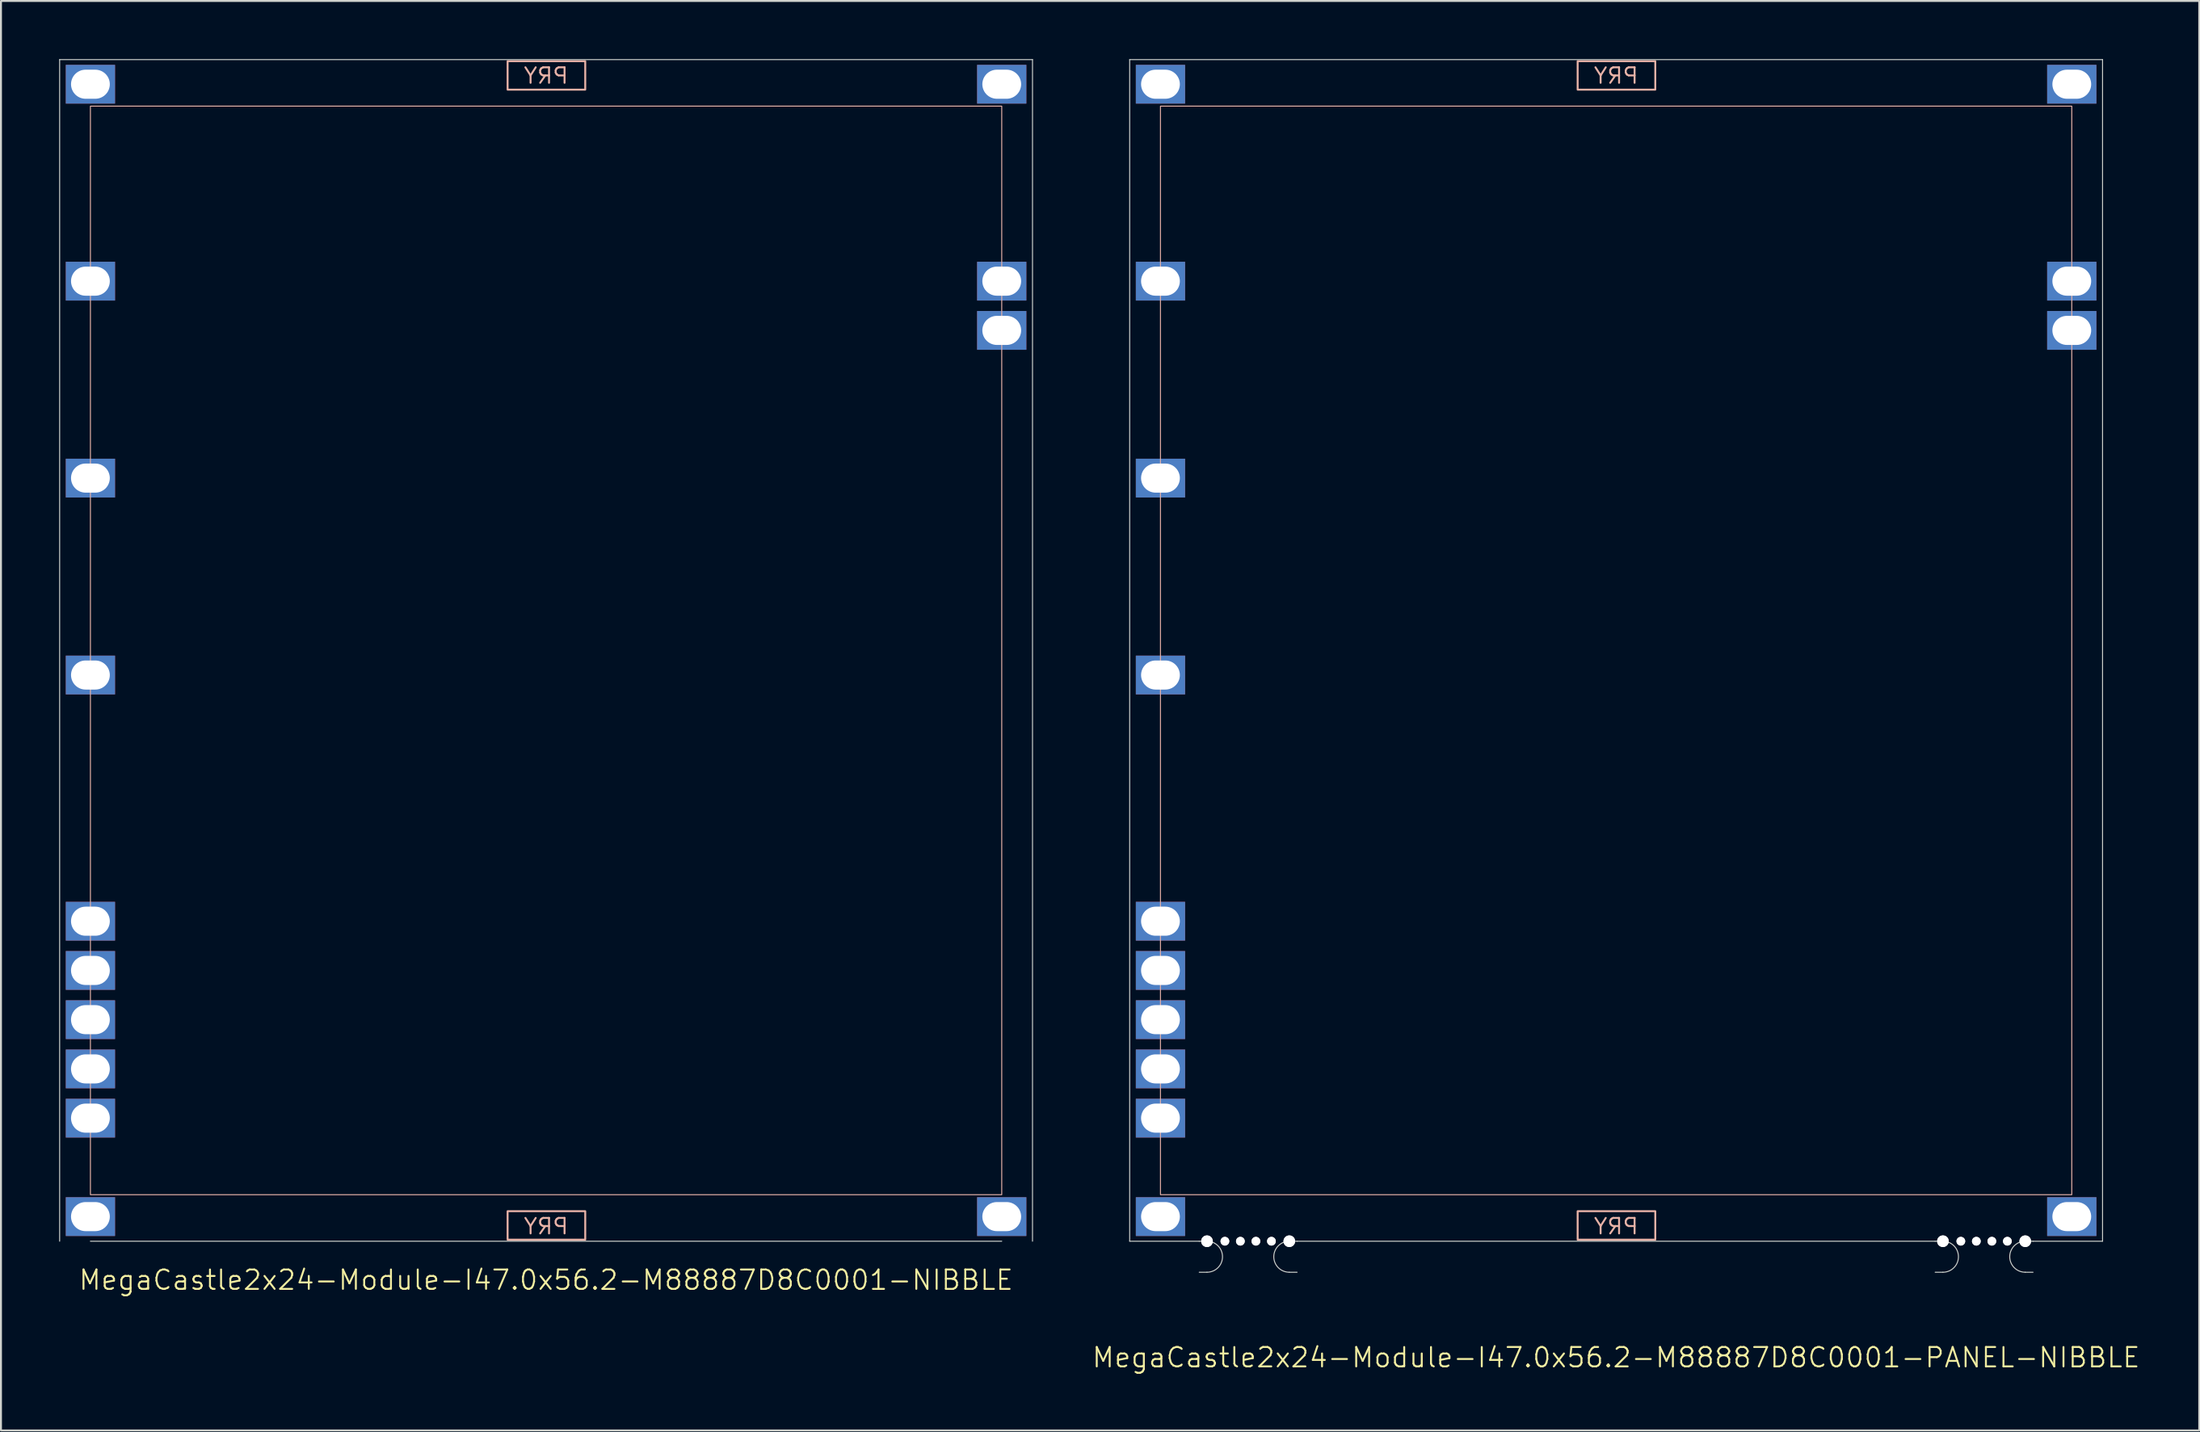
<source format=kicad_pcb>
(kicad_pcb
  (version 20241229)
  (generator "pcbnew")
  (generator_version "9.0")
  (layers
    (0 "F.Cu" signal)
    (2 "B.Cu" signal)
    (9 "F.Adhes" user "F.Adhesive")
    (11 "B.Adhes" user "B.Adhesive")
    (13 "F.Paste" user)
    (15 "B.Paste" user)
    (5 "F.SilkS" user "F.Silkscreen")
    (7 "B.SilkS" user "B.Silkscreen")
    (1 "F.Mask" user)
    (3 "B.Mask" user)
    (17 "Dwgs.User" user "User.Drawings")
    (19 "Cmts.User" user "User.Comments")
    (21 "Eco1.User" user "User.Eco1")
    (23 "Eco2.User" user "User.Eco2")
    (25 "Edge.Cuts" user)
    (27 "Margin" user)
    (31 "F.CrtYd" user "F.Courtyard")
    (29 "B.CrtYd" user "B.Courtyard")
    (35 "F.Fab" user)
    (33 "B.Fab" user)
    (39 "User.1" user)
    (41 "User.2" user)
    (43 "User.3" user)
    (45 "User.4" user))
  (footprint "MegaCastle2x24-Module-I47.0x56.2-M88887D8C0001-NIBBLE"
    (layer "F.Cu")
    (at 25.113 30.505)
    (property "Reference" "MegaCastle2x24-Module-I47.0x56.2-M88887D8C0001-NIBBLE" (at 0 32.48 0) (unlocked yes) (layer "F.SilkS") (effects (font (size 1 1) (thickness 0.1))))
    (attr smd)
    (fp_rect (start -23.5 28.08) (end 23.5 -28.08) (stroke (width 0.05) (type default)) (fill no) (layer "B.SilkS"))
    (fp_rect (start -1.984 -28.931) (end 2.02 -30.4) (stroke (width 0.1) (type default)) (fill no) (layer "B.SilkS"))
    (fp_rect (start -1.984 28.931) (end 2.02 30.4) (stroke (width 0.1) (type default)) (fill no) (layer "B.SilkS"))
    (fp_line (start -25.087 -30.48) (end -25.087 30.48) (stroke (width 0.05) (type default)) (layer "Edge.Cuts"))
    (fp_line (start -25.087 -30.48) (end 25.087 -30.48) (stroke (width 0.05) (type default)) (layer "Edge.Cuts"))
    (fp_line (start -23.5 30.48) (end 23.5 30.48) (stroke (width 0.05) (type default)) (layer "Edge.Cuts"))
    (fp_line (start 25.087 -30.48) (end 25.087 30.48) (stroke (width 0.05) (type default)) (layer "Edge.Cuts"))
    (fp_text user "PRY" (at 0 30.18 0) (unlocked yes) (layer "B.SilkS") (effects (font (size 0.8 0.8) (thickness 0.1)) (justify bottom mirror)))
    (fp_text user "PRY" (at 0 -29.18 0) (unlocked yes) (layer "B.SilkS") (effects (font (size 0.8 0.8) (thickness 0.1)) (justify bottom mirror)))
    (pad "1" thru_hole rect (at -23.5 -29.21) (size 2.54 2) (drill oval 2 1.5) (property pad_prop_castellated) (layers "*.Cu" "*.Mask"))
    (pad "5" thru_hole rect (at -23.5 -19.05) (size 2.54 2) (drill oval 2 1.5) (property pad_prop_castellated) (layers "*.Cu" "*.Mask"))
    (pad "9" thru_hole rect (at -23.5 -8.89) (size 2.54 2) (drill oval 2 1.5) (property pad_prop_castellated) (layers "*.Cu" "*.Mask"))
    (pad "13" thru_hole rect (at -23.5 1.27) (size 2.54 2) (drill oval 2 1.5) (property pad_prop_castellated) (layers "*.Cu" "*.Mask"))
    (pad "18" thru_hole rect (at -23.5 13.97) (size 2.54 2) (drill oval 2 1.5) (property pad_prop_castellated) (layers "*.Cu" "*.Mask"))
    (pad "19" thru_hole rect (at -23.5 16.51) (size 2.54 2) (drill oval 2 1.5) (property pad_prop_castellated) (layers "*.Cu" "*.Mask"))
    (pad "20" thru_hole rect (at -23.5 19.05) (size 2.54 2) (drill oval 2 1.5) (property pad_prop_castellated) (layers "*.Cu" "*.Mask"))
    (pad "21" thru_hole rect (at -23.5 21.59) (size 2.54 2) (drill oval 2 1.5) (property pad_prop_castellated) (layers "*.Cu" "*.Mask"))
    (pad "22" thru_hole rect (at -23.5 24.13) (size 2.54 2) (drill oval 2 1.5) (property pad_prop_castellated) (layers "*.Cu" "*.Mask"))
    (pad "24" thru_hole rect (at -23.5 29.21) (size 2.54 2) (drill oval 2 1.5) (property pad_prop_castellated) (layers "*.Cu" "*.Mask"))
    (pad "25" thru_hole rect (at 23.5 -29.21) (size 2.54 2) (drill oval 2 1.5) (property pad_prop_castellated) (layers "*.Cu" "*.Mask"))
    (pad "29" thru_hole rect (at 23.5 -19.05) (size 2.54 2) (drill oval 2 1.5) (property pad_prop_castellated) (layers "*.Cu" "*.Mask"))
    (pad "30" thru_hole rect (at 23.5 -16.51) (size 2.54 2) (drill oval 2 1.5) (property pad_prop_castellated) (layers "*.Cu" "*.Mask"))
    (pad "48" thru_hole rect (at 23.5 29.21) (size 2.54 2) (drill oval 2 1.5) (property pad_prop_castellated) (layers "*.Cu" "*.Mask"))
    (zone (net_name "") (layer "B.Cu") (hatch edge 0.5) (connect_pads) (min_thickness 0.25) (filled_areas_thickness no) (keepout (tracks allowed) (vias allowed) (pads allowed) (copperpour allowed) (footprints not_allowed)) (placement (enabled no)) (fill) (polygon (pts (xy 1.613 60.985) (xy 1.613 0.025))))
    (zone (net_name "") (layer "B.Cu") (hatch edge 0.5) (connect_pads) (min_thickness 0.25) (filled_areas_thickness no) (keepout (tracks allowed) (vias allowed) (pads allowed) (copperpour allowed) (footprints not_allowed)) (placement (enabled no)) (fill) (polygon (pts (xy 48.612 60.985) (xy 48.612 0.025))))
    (zone (net_name "") (layer "B.Cu") (hatch edge 0.5) (connect_pads) (min_thickness 0.25) (filled_areas_thickness no) (keepout (tracks allowed) (vias allowed) (pads allowed) (copperpour allowed) (footprints not_allowed)) (placement (enabled no)) (fill) (polygon (pts (xy 1.613 0.025) (xy 1.613 2.425) (xy 48.612 2.425) (xy 48.612 0.025))))
    (zone (net_name "") (layer "B.Cu") (hatch edge 0.5) (connect_pads) (min_thickness 0.25) (filled_areas_thickness no) (keepout (tracks allowed) (vias allowed) (pads allowed) (copperpour allowed) (footprints not_allowed)) (placement (enabled no)) (fill) (polygon (pts (xy 1.613 60.985) (xy 1.613 58.585) (xy 48.612 58.585) (xy 48.612 60.985))))
    (zone (net_name "") (layer "B.Cu") (name "Upper Pry Zone") (hatch edge 0.5) (connect_pads) (min_thickness 0.25) (filled_areas_thickness no) (keepout (tracks not_allowed) (vias not_allowed) (pads not_allowed) (copperpour allowed) (footprints not_allowed)) (placement (enabled no)) (fill) (polygon (pts (xy 23.128 1.574) (xy 23.128 0.105) (xy 27.132 0.105) (xy 27.132 1.574))))
    (zone (net_name "") (layer "B.Cu") (name "Upper Pry Zone") (hatch edge 0.5) (connect_pads) (min_thickness 0.25) (filled_areas_thickness no) (keepout (tracks not_allowed) (vias not_allowed) (pads not_allowed) (copperpour allowed) (footprints not_allowed)) (placement (enabled no)) (fill) (polygon (pts (xy 23.128 59.436) (xy 23.128 60.905) (xy 27.132 60.905) (xy 27.132 59.436)))))
  (footprint "MegaCastle2x24-Module-I47.0x56.2-M88887D8C0001-PANEL-NIBBLE"
    (layer "F.Cu")
    (at 80.299 30.505)
    (property "Reference" "MegaCastle2x24-Module-I47.0x56.2-M88887D8C0001-PANEL-NIBBLE" (at 0 36.48 0) (unlocked yes) (layer "F.SilkS") (effects (font (size 1 1) (thickness 0.1))))
    (attr smd)
    (fp_rect (start -23.5 28.08) (end 23.5 -28.08) (stroke (width 0.05) (type default)) (fill no) (layer "B.SilkS"))
    (fp_rect (start -1.984 -28.931) (end 2.02 -30.4) (stroke (width 0.1) (type default)) (fill no) (layer "B.SilkS"))
    (fp_rect (start -1.984 28.931) (end 2.02 30.4) (stroke (width 0.1) (type default)) (fill no) (layer "B.SilkS"))
    (fp_line (start -25.087 -30.48) (end -25.087 30.48) (stroke (width 0.05) (type default)) (layer "Edge.Cuts"))
    (fp_line (start -25.087 -30.48) (end 25.087 -30.48) (stroke (width 0.05) (type default)) (layer "Edge.Cuts"))
    (fp_line (start -25.087 30.48) (end -21.5 30.48) (stroke (width 0.05) (type default)) (layer "Edge.Cuts"))
    (fp_line (start -21.5 30.48) (end -21.1 30.48) (stroke (width 0.05) (type default)) (layer "Edge.Cuts"))
    (fp_line (start -21.5 32.08) (end -21.1 32.08) (stroke (width 0.05) (type default)) (layer "Edge.Cuts"))
    (fp_line (start -16.455 30.48) (end -16.855 30.48) (stroke (width 0.05) (type default)) (layer "Edge.Cuts"))
    (fp_line (start -16.455 30.48) (end 16.455 30.48) (stroke (width 0.05) (type default)) (layer "Edge.Cuts"))
    (fp_line (start -16.455 32.08) (end -16.855 32.08) (stroke (width 0.05) (type default)) (layer "Edge.Cuts"))
    (fp_line (start 16.455 30.48) (end 16.855 30.48) (stroke (width 0.05) (type default)) (layer "Edge.Cuts"))
    (fp_line (start 16.455 32.08) (end 16.855 32.08) (stroke (width 0.05) (type default)) (layer "Edge.Cuts"))
    (fp_line (start 21.5 30.48) (end 21.1 30.48) (stroke (width 0.05) (type default)) (layer "Edge.Cuts"))
    (fp_line (start 21.5 30.48) (end 25.087 30.48) (stroke (width 0.05) (type default)) (layer "Edge.Cuts"))
    (fp_line (start 21.5 32.08) (end 21.1 32.08) (stroke (width 0.05) (type default)) (layer "Edge.Cuts"))
    (fp_line (start 25.087 -30.48) (end 25.087 30.48) (stroke (width 0.05) (type default)) (layer "Edge.Cuts"))
    (fp_arc (start -21.1 30.48) (mid -20.299999 31.280001) (end -21.1 32.080002) (stroke (width 0.05) (type default)) (layer "Edge.Cuts"))
    (fp_arc (start -16.855 32.080002) (mid -17.655001 31.280001) (end -16.855 30.48) (stroke (width 0.05) (type default)) (layer "Edge.Cuts"))
    (fp_arc (start 16.855001 30.48) (mid 17.655003 31.280001) (end 16.855001 32.080002) (stroke (width 0.05) (type default)) (layer "Edge.Cuts"))
    (fp_arc (start 21.100002 32.080002) (mid 20.299998 31.28) (end 21.100002 30.48) (stroke (width 0.05) (type default)) (layer "Edge.Cuts"))
    (fp_text user "PRY" (at 0 30.18 0) (unlocked yes) (layer "B.SilkS") (effects (font (size 0.8 0.8) (thickness 0.1)) (justify bottom mirror)))
    (fp_text user "PRY" (at 0 -29.18 0) (unlocked yes) (layer "B.SilkS") (effects (font (size 0.8 0.8) (thickness 0.1)) (justify bottom mirror)))
    (pad "" np_thru_hole circle (at -21.1 30.48) (size 0.6 0.6) (drill 0.6) (layers "*.Cu" "Edge.Cuts"))
    (pad "" np_thru_hole circle (at -20.177 30.48) (size 0.45 0.45) (drill 0.45) (layers "*.Cu" "Edge.Cuts"))
    (pad "" np_thru_hole circle (at -19.378 30.48) (size 0.45 0.45) (drill 0.45) (layers "*.Cu" "Edge.Cuts"))
    (pad "" np_thru_hole circle (at -18.577 30.48) (size 0.45 0.45) (drill 0.45) (layers "*.Cu" "Edge.Cuts"))
    (pad "" np_thru_hole circle (at -17.777 30.48) (size 0.45 0.45) (drill 0.45) (layers "*.Cu" "Edge.Cuts"))
    (pad "" np_thru_hole circle (at -16.855 30.48) (size 0.6 0.6) (drill 0.6) (layers "*.Cu" "Edge.Cuts"))
    (pad "" np_thru_hole circle (at 16.855 30.48) (size 0.6 0.6) (drill 0.6) (layers "*.Cu" "Edge.Cuts"))
    (pad "" np_thru_hole circle (at 17.778 30.48) (size 0.45 0.45) (drill 0.45) (layers "*.Cu" "Edge.Cuts"))
    (pad "" np_thru_hole circle (at 18.578 30.48) (size 0.45 0.45) (drill 0.45) (layers "*.Cu" "Edge.Cuts"))
    (pad "" np_thru_hole circle (at 19.378 30.48) (size 0.45 0.45) (drill 0.45) (layers "*.Cu" "Edge.Cuts"))
    (pad "" np_thru_hole circle (at 20.178 30.48) (size 0.45 0.45) (drill 0.45) (layers "*.Cu" "Edge.Cuts"))
    (pad "" np_thru_hole circle (at 21.1 30.48) (size 0.6 0.6) (drill 0.6) (layers "*.Cu" "Edge.Cuts"))
    (pad "1" thru_hole rect (at -23.5 -29.21) (size 2.54 2) (drill oval 2 1.5) (property pad_prop_castellated) (layers "*.Cu" "*.Mask"))
    (pad "5" thru_hole rect (at -23.5 -19.05) (size 2.54 2) (drill oval 2 1.5) (property pad_prop_castellated) (layers "*.Cu" "*.Mask"))
    (pad "9" thru_hole rect (at -23.5 -8.89) (size 2.54 2) (drill oval 2 1.5) (property pad_prop_castellated) (layers "*.Cu" "*.Mask"))
    (pad "13" thru_hole rect (at -23.5 1.27) (size 2.54 2) (drill oval 2 1.5) (property pad_prop_castellated) (layers "*.Cu" "*.Mask"))
    (pad "18" thru_hole rect (at -23.5 13.97) (size 2.54 2) (drill oval 2 1.5) (property pad_prop_castellated) (layers "*.Cu" "*.Mask"))
    (pad "19" thru_hole rect (at -23.5 16.51) (size 2.54 2) (drill oval 2 1.5) (property pad_prop_castellated) (layers "*.Cu" "*.Mask"))
    (pad "20" thru_hole rect (at -23.5 19.05) (size 2.54 2) (drill oval 2 1.5) (property pad_prop_castellated) (layers "*.Cu" "*.Mask"))
    (pad "21" thru_hole rect (at -23.5 21.59) (size 2.54 2) (drill oval 2 1.5) (property pad_prop_castellated) (layers "*.Cu" "*.Mask"))
    (pad "22" thru_hole rect (at -23.5 24.13) (size 2.54 2) (drill oval 2 1.5) (property pad_prop_castellated) (layers "*.Cu" "*.Mask"))
    (pad "24" thru_hole rect (at -23.5 29.21) (size 2.54 2) (drill oval 2 1.5) (property pad_prop_castellated) (layers "*.Cu" "*.Mask"))
    (pad "25" thru_hole rect (at 23.5 -29.21) (size 2.54 2) (drill oval 2 1.5) (property pad_prop_castellated) (layers "*.Cu" "*.Mask"))
    (pad "29" thru_hole rect (at 23.5 -19.05) (size 2.54 2) (drill oval 2 1.5) (property pad_prop_castellated) (layers "*.Cu" "*.Mask"))
    (pad "30" thru_hole rect (at 23.5 -16.51) (size 2.54 2) (drill oval 2 1.5) (property pad_prop_castellated) (layers "*.Cu" "*.Mask"))
    (pad "48" thru_hole rect (at 23.5 29.21) (size 2.54 2) (drill oval 2 1.5) (property pad_prop_castellated) (layers "*.Cu" "*.Mask"))
    (zone (net_name "") (layer "B.Cu") (hatch edge 0.5) (connect_pads) (min_thickness 0.25) (filled_areas_thickness no) (keepout (tracks allowed) (vias allowed) (pads allowed) (copperpour allowed) (footprints not_allowed)) (placement (enabled no)) (fill) (polygon (pts (xy 56.799 60.985) (xy 56.799 0.025))))
    (zone (net_name "") (layer "B.Cu") (hatch edge 0.5) (connect_pads) (min_thickness 0.25) (filled_areas_thickness no) (keepout (tracks allowed) (vias allowed) (pads allowed) (copperpour allowed) (footprints not_allowed)) (placement (enabled no)) (fill) (polygon (pts (xy 103.799 60.985) (xy 103.799 0.025))))
    (zone (net_name "") (layer "B.Cu") (hatch edge 0.5) (connect_pads) (min_thickness 0.25) (filled_areas_thickness no) (keepout (tracks allowed) (vias allowed) (pads allowed) (copperpour allowed) (footprints not_allowed)) (placement (enabled no)) (fill) (polygon (pts (xy 56.799 0.025) (xy 56.799 2.425) (xy 103.799 2.425) (xy 103.799 0.025))))
    (zone (net_name "") (layer "B.Cu") (hatch edge 0.5) (connect_pads) (min_thickness 0.25) (filled_areas_thickness no) (keepout (tracks allowed) (vias allowed) (pads allowed) (copperpour allowed) (footprints not_allowed)) (placement (enabled no)) (fill) (polygon (pts (xy 56.799 60.985) (xy 56.799 58.585) (xy 103.799 58.585) (xy 103.799 60.985))))
    (zone (net_name "") (layer "B.Cu") (name "Upper Pry Zone") (hatch edge 0.5) (connect_pads) (min_thickness 0.25) (filled_areas_thickness no) (keepout (tracks not_allowed) (vias not_allowed) (pads not_allowed) (copperpour allowed) (footprints not_allowed)) (placement (enabled no)) (fill) (polygon (pts (xy 78.315 1.574) (xy 78.315 0.105) (xy 82.318 0.105) (xy 82.318 1.574))))
    (zone (net_name "") (layer "B.Cu") (name "Upper Pry Zone") (hatch edge 0.5) (connect_pads) (min_thickness 0.25) (filled_areas_thickness no) (keepout (tracks not_allowed) (vias not_allowed) (pads not_allowed) (copperpour allowed) (footprints not_allowed)) (placement (enabled no)) (fill) (polygon (pts (xy 78.315 59.436) (xy 78.315 60.905) (xy 82.318 60.905) (xy 82.318 59.436)))))
  (gr_rect
    (start -3 -3)
    (end 110.373 70.746)
    (stroke (width 0.1) (type default))
    (fill no)
    (layer "Edge.Cuts")))
</source>
